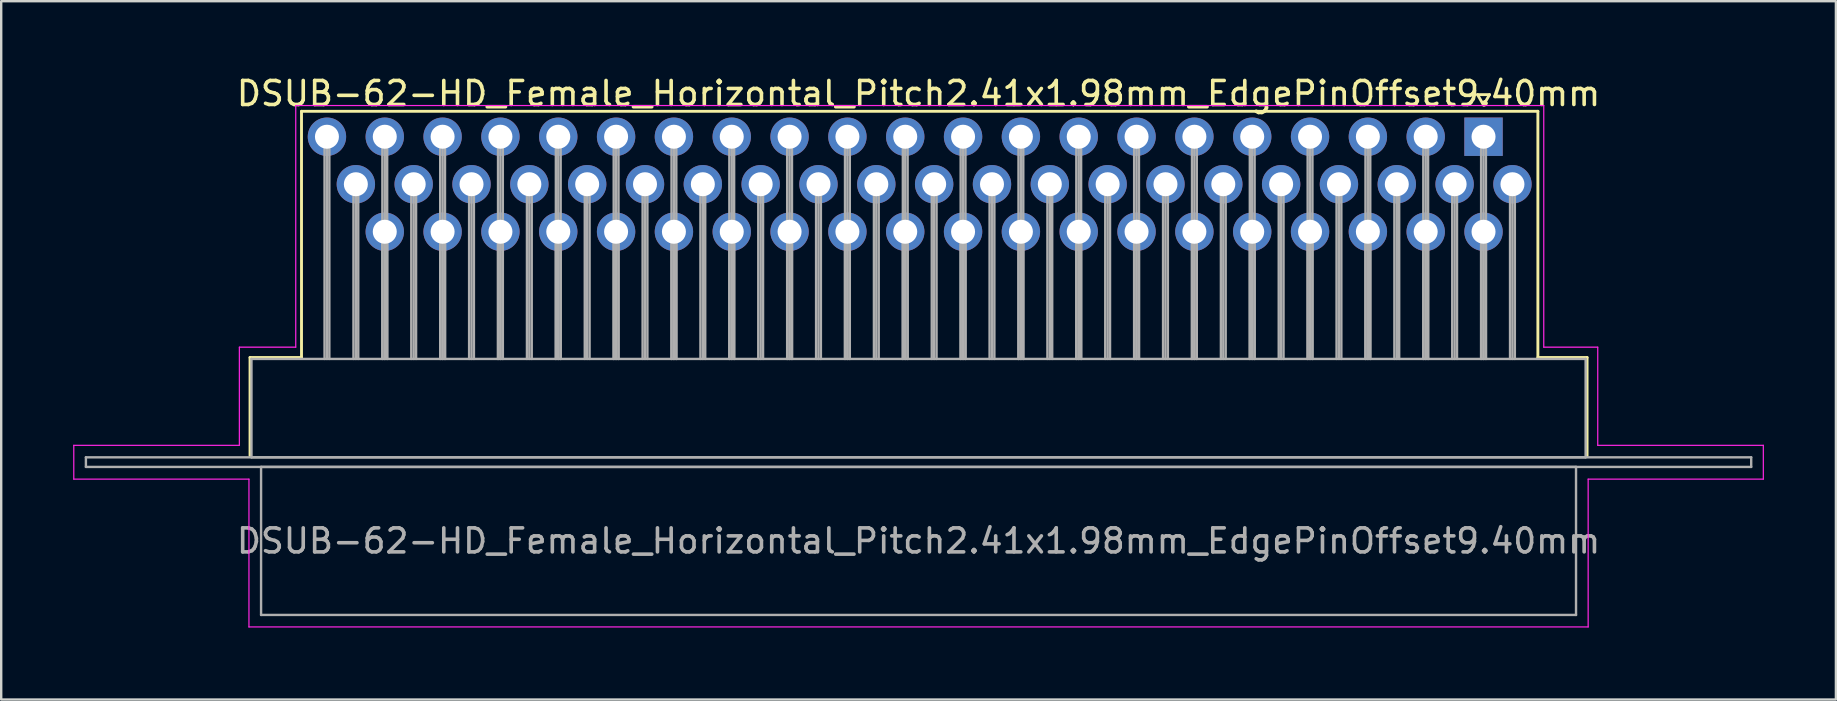
<source format=kicad_pcb>
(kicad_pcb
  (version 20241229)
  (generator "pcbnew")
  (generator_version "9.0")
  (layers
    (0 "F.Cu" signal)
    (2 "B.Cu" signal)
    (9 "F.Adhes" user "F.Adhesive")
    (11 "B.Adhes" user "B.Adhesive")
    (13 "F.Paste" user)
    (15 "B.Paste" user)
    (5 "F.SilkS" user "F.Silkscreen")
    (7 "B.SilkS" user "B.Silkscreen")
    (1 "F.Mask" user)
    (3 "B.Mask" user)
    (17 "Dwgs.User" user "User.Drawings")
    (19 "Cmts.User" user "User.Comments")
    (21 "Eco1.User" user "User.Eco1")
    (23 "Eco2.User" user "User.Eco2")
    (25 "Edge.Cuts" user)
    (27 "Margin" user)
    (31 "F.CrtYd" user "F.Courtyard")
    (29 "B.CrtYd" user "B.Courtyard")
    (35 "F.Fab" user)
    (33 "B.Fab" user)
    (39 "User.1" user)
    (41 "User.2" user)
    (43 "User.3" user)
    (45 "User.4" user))
  (footprint "DSUB-62-HD_Female_Horizontal_Pitch2.41x1.98mm_EdgePinOffset9.40mm"
    (layer "F.Cu")
    (at 58.775 2.648)
    (property "Reference" "DSUB-62-HD_Female_Horizontal_Pitch2.41x1.98mm_EdgePinOffset9.40mm" (at -23.545 -1.8 0) (layer "F.SilkS") (effects (font (size 1 1) (thickness 0.15))))
    (attr through_hole)
    (fp_line (start -51.405 9.2) (end -49.26 9.2) (stroke (width 0.12) (type solid)) (layer "F.SilkS"))
    (fp_line (start -51.405 13.3) (end -51.405 9.2) (stroke (width 0.12) (type solid)) (layer "F.SilkS"))
    (fp_line (start -49.26 -1.06) (end 2.265 -1.06) (stroke (width 0.12) (type solid)) (layer "F.SilkS"))
    (fp_line (start -49.26 9.2) (end -49.26 -1.06) (stroke (width 0.12) (type solid)) (layer "F.SilkS"))
    (fp_line (start -0.25 -1.754) (end 0.25 -1.754) (stroke (width 0.12) (type solid)) (layer "F.SilkS"))
    (fp_line (start 0 -1.321) (end -0.25 -1.754) (stroke (width 0.12) (type solid)) (layer "F.SilkS"))
    (fp_line (start 0.25 -1.754) (end 0 -1.321) (stroke (width 0.12) (type solid)) (layer "F.SilkS"))
    (fp_line (start 2.265 -1.06) (end 2.265 9.2) (stroke (width 0.12) (type solid)) (layer "F.SilkS"))
    (fp_line (start 2.265 9.2) (end 4.315 9.2) (stroke (width 0.12) (type solid)) (layer "F.SilkS"))
    (fp_line (start 4.315 9.2) (end 4.315 13.3) (stroke (width 0.12) (type solid)) (layer "F.SilkS"))
    (fp_line (start -58.75 12.86) (end -51.85 12.86) (stroke (width 0.05) (type solid)) (layer "F.CrtYd"))
    (fp_line (start -58.75 14.27) (end -58.75 12.86) (stroke (width 0.05) (type solid)) (layer "F.CrtYd"))
    (fp_line (start -51.85 8.77) (end -49.5 8.77) (stroke (width 0.05) (type solid)) (layer "F.CrtYd"))
    (fp_line (start -51.85 12.86) (end -51.85 8.77) (stroke (width 0.05) (type solid)) (layer "F.CrtYd"))
    (fp_line (start -51.45 14.27) (end -58.75 14.27) (stroke (width 0.05) (type solid)) (layer "F.CrtYd"))
    (fp_line (start -51.45 20.43) (end -51.45 14.27) (stroke (width 0.05) (type solid)) (layer "F.CrtYd"))
    (fp_line (start -49.5 -1.3) (end 2.51 -1.3) (stroke (width 0.05) (type solid)) (layer "F.CrtYd"))
    (fp_line (start -49.5 8.77) (end -49.5 -1.3) (stroke (width 0.05) (type solid)) (layer "F.CrtYd"))
    (fp_line (start 2.51 -1.3) (end 2.51 8.77) (stroke (width 0.05) (type solid)) (layer "F.CrtYd"))
    (fp_line (start 2.51 8.77) (end 4.76 8.77) (stroke (width 0.05) (type solid)) (layer "F.CrtYd"))
    (fp_line (start 4.36 14.27) (end 4.36 20.43) (stroke (width 0.05) (type solid)) (layer "F.CrtYd"))
    (fp_line (start 4.36 20.43) (end -51.45 20.43) (stroke (width 0.05) (type solid)) (layer "F.CrtYd"))
    (fp_line (start 4.76 8.77) (end 4.76 12.86) (stroke (width 0.05) (type solid)) (layer "F.CrtYd"))
    (fp_line (start 4.76 12.86) (end 11.66 12.86) (stroke (width 0.05) (type solid)) (layer "F.CrtYd"))
    (fp_line (start 11.66 12.86) (end 11.66 14.27) (stroke (width 0.05) (type solid)) (layer "F.CrtYd"))
    (fp_line (start 11.66 14.27) (end 4.36 14.27) (stroke (width 0.05) (type solid)) (layer "F.CrtYd"))
    (fp_line (start -58.245 13.36) (end -58.245 13.76) (stroke (width 0.1) (type solid)) (layer "F.Fab"))
    (fp_line (start -58.245 13.76) (end 11.155 13.76) (stroke (width 0.1) (type solid)) (layer "F.Fab"))
    (fp_line (start -51.345 9.26) (end -51.345 13.36) (stroke (width 0.1) (type solid)) (layer "F.Fab"))
    (fp_line (start -51.345 13.36) (end 4.255 13.36) (stroke (width 0.1) (type solid)) (layer "F.Fab"))
    (fp_line (start -50.945 13.76) (end -50.945 19.93) (stroke (width 0.1) (type solid)) (layer "F.Fab"))
    (fp_line (start -50.945 19.93) (end 3.855 19.93) (stroke (width 0.1) (type solid)) (layer "F.Fab"))
    (fp_line (start -48.3 0) (end -48.3 9.26) (stroke (width 0.1) (type solid)) (layer "F.Fab"))
    (fp_line (start -48.2 0) (end -48.2 9.26) (stroke (width 0.1) (type solid)) (layer "F.Fab"))
    (fp_line (start -48.1 0) (end -48.1 9.26) (stroke (width 0.1) (type solid)) (layer "F.Fab"))
    (fp_line (start -47.095 1.98) (end -47.095 9.26) (stroke (width 0.1) (type solid)) (layer "F.Fab"))
    (fp_line (start -46.995 1.98) (end -46.995 9.26) (stroke (width 0.1) (type solid)) (layer "F.Fab"))
    (fp_line (start -46.895 1.98) (end -46.895 9.26) (stroke (width 0.1) (type solid)) (layer "F.Fab"))
    (fp_line (start -45.89 0) (end -45.89 9.26) (stroke (width 0.1) (type solid)) (layer "F.Fab"))
    (fp_line (start -45.89 3.96) (end -45.89 9.26) (stroke (width 0.1) (type solid)) (layer "F.Fab"))
    (fp_line (start -45.79 0) (end -45.79 9.26) (stroke (width 0.1) (type solid)) (layer "F.Fab"))
    (fp_line (start -45.79 3.96) (end -45.79 9.26) (stroke (width 0.1) (type solid)) (layer "F.Fab"))
    (fp_line (start -45.69 0) (end -45.69 9.26) (stroke (width 0.1) (type solid)) (layer "F.Fab"))
    (fp_line (start -45.69 3.96) (end -45.69 9.26) (stroke (width 0.1) (type solid)) (layer "F.Fab"))
    (fp_line (start -44.685 1.98) (end -44.685 9.26) (stroke (width 0.1) (type solid)) (layer "F.Fab"))
    (fp_line (start -44.585 1.98) (end -44.585 9.26) (stroke (width 0.1) (type solid)) (layer "F.Fab"))
    (fp_line (start -44.485 1.98) (end -44.485 9.26) (stroke (width 0.1) (type solid)) (layer "F.Fab"))
    (fp_line (start -43.48 0) (end -43.48 9.26) (stroke (width 0.1) (type solid)) (layer "F.Fab"))
    (fp_line (start -43.48 3.96) (end -43.48 9.26) (stroke (width 0.1) (type solid)) (layer "F.Fab"))
    (fp_line (start -43.38 0) (end -43.38 9.26) (stroke (width 0.1) (type solid)) (layer "F.Fab"))
    (fp_line (start -43.38 3.96) (end -43.38 9.26) (stroke (width 0.1) (type solid)) (layer "F.Fab"))
    (fp_line (start -43.28 0) (end -43.28 9.26) (stroke (width 0.1) (type solid)) (layer "F.Fab"))
    (fp_line (start -43.28 3.96) (end -43.28 9.26) (stroke (width 0.1) (type solid)) (layer "F.Fab"))
    (fp_line (start -42.275 1.98) (end -42.275 9.26) (stroke (width 0.1) (type solid)) (layer "F.Fab"))
    (fp_line (start -42.175 1.98) (end -42.175 9.26) (stroke (width 0.1) (type solid)) (layer "F.Fab"))
    (fp_line (start -42.075 1.98) (end -42.075 9.26) (stroke (width 0.1) (type solid)) (layer "F.Fab"))
    (fp_line (start -41.07 0) (end -41.07 9.26) (stroke (width 0.1) (type solid)) (layer "F.Fab"))
    (fp_line (start -41.07 3.96) (end -41.07 9.26) (stroke (width 0.1) (type solid)) (layer "F.Fab"))
    (fp_line (start -40.97 0) (end -40.97 9.26) (stroke (width 0.1) (type solid)) (layer "F.Fab"))
    (fp_line (start -40.97 3.96) (end -40.97 9.26) (stroke (width 0.1) (type solid)) (layer "F.Fab"))
    (fp_line (start -40.87 0) (end -40.87 9.26) (stroke (width 0.1) (type solid)) (layer "F.Fab"))
    (fp_line (start -40.87 3.96) (end -40.87 9.26) (stroke (width 0.1) (type solid)) (layer "F.Fab"))
    (fp_line (start -39.865 1.98) (end -39.865 9.26) (stroke (width 0.1) (type solid)) (layer "F.Fab"))
    (fp_line (start -39.765 1.98) (end -39.765 9.26) (stroke (width 0.1) (type solid)) (layer "F.Fab"))
    (fp_line (start -39.665 1.98) (end -39.665 9.26) (stroke (width 0.1) (type solid)) (layer "F.Fab"))
    (fp_line (start -38.66 0) (end -38.66 9.26) (stroke (width 0.1) (type solid)) (layer "F.Fab"))
    (fp_line (start -38.66 3.96) (end -38.66 9.26) (stroke (width 0.1) (type solid)) (layer "F.Fab"))
    (fp_line (start -38.56 0) (end -38.56 9.26) (stroke (width 0.1) (type solid)) (layer "F.Fab"))
    (fp_line (start -38.56 3.96) (end -38.56 9.26) (stroke (width 0.1) (type solid)) (layer "F.Fab"))
    (fp_line (start -38.46 0) (end -38.46 9.26) (stroke (width 0.1) (type solid)) (layer "F.Fab"))
    (fp_line (start -38.46 3.96) (end -38.46 9.26) (stroke (width 0.1) (type solid)) (layer "F.Fab"))
    (fp_line (start -37.455 1.98) (end -37.455 9.26) (stroke (width 0.1) (type solid)) (layer "F.Fab"))
    (fp_line (start -37.355 1.98) (end -37.355 9.26) (stroke (width 0.1) (type solid)) (layer "F.Fab"))
    (fp_line (start -37.255 1.98) (end -37.255 9.26) (stroke (width 0.1) (type solid)) (layer "F.Fab"))
    (fp_line (start -36.25 0) (end -36.25 9.26) (stroke (width 0.1) (type solid)) (layer "F.Fab"))
    (fp_line (start -36.25 3.96) (end -36.25 9.26) (stroke (width 0.1) (type solid)) (layer "F.Fab"))
    (fp_line (start -36.15 0) (end -36.15 9.26) (stroke (width 0.1) (type solid)) (layer "F.Fab"))
    (fp_line (start -36.15 3.96) (end -36.15 9.26) (stroke (width 0.1) (type solid)) (layer "F.Fab"))
    (fp_line (start -36.05 0) (end -36.05 9.26) (stroke (width 0.1) (type solid)) (layer "F.Fab"))
    (fp_line (start -36.05 3.96) (end -36.05 9.26) (stroke (width 0.1) (type solid)) (layer "F.Fab"))
    (fp_line (start -35.045 1.98) (end -35.045 9.26) (stroke (width 0.1) (type solid)) (layer "F.Fab"))
    (fp_line (start -34.945 1.98) (end -34.945 9.26) (stroke (width 0.1) (type solid)) (layer "F.Fab"))
    (fp_line (start -34.845 1.98) (end -34.845 9.26) (stroke (width 0.1) (type solid)) (layer "F.Fab"))
    (fp_line (start -33.84 0) (end -33.84 9.26) (stroke (width 0.1) (type solid)) (layer "F.Fab"))
    (fp_line (start -33.84 3.96) (end -33.84 9.26) (stroke (width 0.1) (type solid)) (layer "F.Fab"))
    (fp_line (start -33.74 0) (end -33.74 9.26) (stroke (width 0.1) (type solid)) (layer "F.Fab"))
    (fp_line (start -33.74 3.96) (end -33.74 9.26) (stroke (width 0.1) (type solid)) (layer "F.Fab"))
    (fp_line (start -33.64 0) (end -33.64 9.26) (stroke (width 0.1) (type solid)) (layer "F.Fab"))
    (fp_line (start -33.64 3.96) (end -33.64 9.26) (stroke (width 0.1) (type solid)) (layer "F.Fab"))
    (fp_line (start -32.635 1.98) (end -32.635 9.26) (stroke (width 0.1) (type solid)) (layer "F.Fab"))
    (fp_line (start -32.535 1.98) (end -32.535 9.26) (stroke (width 0.1) (type solid)) (layer "F.Fab"))
    (fp_line (start -32.435 1.98) (end -32.435 9.26) (stroke (width 0.1) (type solid)) (layer "F.Fab"))
    (fp_line (start -31.43 0) (end -31.43 9.26) (stroke (width 0.1) (type solid)) (layer "F.Fab"))
    (fp_line (start -31.43 3.96) (end -31.43 9.26) (stroke (width 0.1) (type solid)) (layer "F.Fab"))
    (fp_line (start -31.33 0) (end -31.33 9.26) (stroke (width 0.1) (type solid)) (layer "F.Fab"))
    (fp_line (start -31.33 3.96) (end -31.33 9.26) (stroke (width 0.1) (type solid)) (layer "F.Fab"))
    (fp_line (start -31.23 0) (end -31.23 9.26) (stroke (width 0.1) (type solid)) (layer "F.Fab"))
    (fp_line (start -31.23 3.96) (end -31.23 9.26) (stroke (width 0.1) (type solid)) (layer "F.Fab"))
    (fp_line (start -30.225 1.98) (end -30.225 9.26) (stroke (width 0.1) (type solid)) (layer "F.Fab"))
    (fp_line (start -30.125 1.98) (end -30.125 9.26) (stroke (width 0.1) (type solid)) (layer "F.Fab"))
    (fp_line (start -30.025 1.98) (end -30.025 9.26) (stroke (width 0.1) (type solid)) (layer "F.Fab"))
    (fp_line (start -29.02 0) (end -29.02 9.26) (stroke (width 0.1) (type solid)) (layer "F.Fab"))
    (fp_line (start -29.02 3.96) (end -29.02 9.26) (stroke (width 0.1) (type solid)) (layer "F.Fab"))
    (fp_line (start -28.92 0) (end -28.92 9.26) (stroke (width 0.1) (type solid)) (layer "F.Fab"))
    (fp_line (start -28.92 3.96) (end -28.92 9.26) (stroke (width 0.1) (type solid)) (layer "F.Fab"))
    (fp_line (start -28.82 0) (end -28.82 9.26) (stroke (width 0.1) (type solid)) (layer "F.Fab"))
    (fp_line (start -28.82 3.96) (end -28.82 9.26) (stroke (width 0.1) (type solid)) (layer "F.Fab"))
    (fp_line (start -27.815 1.98) (end -27.815 9.26) (stroke (width 0.1) (type solid)) (layer "F.Fab"))
    (fp_line (start -27.715 1.98) (end -27.715 9.26) (stroke (width 0.1) (type solid)) (layer "F.Fab"))
    (fp_line (start -27.615 1.98) (end -27.615 9.26) (stroke (width 0.1) (type solid)) (layer "F.Fab"))
    (fp_line (start -26.61 0) (end -26.61 9.26) (stroke (width 0.1) (type solid)) (layer "F.Fab"))
    (fp_line (start -26.61 3.96) (end -26.61 9.26) (stroke (width 0.1) (type solid)) (layer "F.Fab"))
    (fp_line (start -26.51 0) (end -26.51 9.26) (stroke (width 0.1) (type solid)) (layer "F.Fab"))
    (fp_line (start -26.51 3.96) (end -26.51 9.26) (stroke (width 0.1) (type solid)) (layer "F.Fab"))
    (fp_line (start -26.41 0) (end -26.41 9.26) (stroke (width 0.1) (type solid)) (layer "F.Fab"))
    (fp_line (start -26.41 3.96) (end -26.41 9.26) (stroke (width 0.1) (type solid)) (layer "F.Fab"))
    (fp_line (start -25.405 1.98) (end -25.405 9.26) (stroke (width 0.1) (type solid)) (layer "F.Fab"))
    (fp_line (start -25.305 1.98) (end -25.305 9.26) (stroke (width 0.1) (type solid)) (layer "F.Fab"))
    (fp_line (start -25.205 1.98) (end -25.205 9.26) (stroke (width 0.1) (type solid)) (layer "F.Fab"))
    (fp_line (start -24.2 0) (end -24.2 9.26) (stroke (width 0.1) (type solid)) (layer "F.Fab"))
    (fp_line (start -24.2 3.96) (end -24.2 9.26) (stroke (width 0.1) (type solid)) (layer "F.Fab"))
    (fp_line (start -24.1 0) (end -24.1 9.26) (stroke (width 0.1) (type solid)) (layer "F.Fab"))
    (fp_line (start -24.1 3.96) (end -24.1 9.26) (stroke (width 0.1) (type solid)) (layer "F.Fab"))
    (fp_line (start -24 0) (end -24 9.26) (stroke (width 0.1) (type solid)) (layer "F.Fab"))
    (fp_line (start -24 3.96) (end -24 9.26) (stroke (width 0.1) (type solid)) (layer "F.Fab"))
    (fp_line (start -22.995 1.98) (end -22.995 9.26) (stroke (width 0.1) (type solid)) (layer "F.Fab"))
    (fp_line (start -22.895 1.98) (end -22.895 9.26) (stroke (width 0.1) (type solid)) (layer "F.Fab"))
    (fp_line (start -22.795 1.98) (end -22.795 9.26) (stroke (width 0.1) (type solid)) (layer "F.Fab"))
    (fp_line (start -21.79 0) (end -21.79 9.26) (stroke (width 0.1) (type solid)) (layer "F.Fab"))
    (fp_line (start -21.79 3.96) (end -21.79 9.26) (stroke (width 0.1) (type solid)) (layer "F.Fab"))
    (fp_line (start -21.69 0) (end -21.69 9.26) (stroke (width 0.1) (type solid)) (layer "F.Fab"))
    (fp_line (start -21.69 3.96) (end -21.69 9.26) (stroke (width 0.1) (type solid)) (layer "F.Fab"))
    (fp_line (start -21.59 0) (end -21.59 9.26) (stroke (width 0.1) (type solid)) (layer "F.Fab"))
    (fp_line (start -21.59 3.96) (end -21.59 9.26) (stroke (width 0.1) (type solid)) (layer "F.Fab"))
    (fp_line (start -20.585 1.98) (end -20.585 9.26) (stroke (width 0.1) (type solid)) (layer "F.Fab"))
    (fp_line (start -20.485 1.98) (end -20.485 9.26) (stroke (width 0.1) (type solid)) (layer "F.Fab"))
    (fp_line (start -20.385 1.98) (end -20.385 9.26) (stroke (width 0.1) (type solid)) (layer "F.Fab"))
    (fp_line (start -19.38 0) (end -19.38 9.26) (stroke (width 0.1) (type solid)) (layer "F.Fab"))
    (fp_line (start -19.38 3.96) (end -19.38 9.26) (stroke (width 0.1) (type solid)) (layer "F.Fab"))
    (fp_line (start -19.28 0) (end -19.28 9.26) (stroke (width 0.1) (type solid)) (layer "F.Fab"))
    (fp_line (start -19.28 3.96) (end -19.28 9.26) (stroke (width 0.1) (type solid)) (layer "F.Fab"))
    (fp_line (start -19.18 0) (end -19.18 9.26) (stroke (width 0.1) (type solid)) (layer "F.Fab"))
    (fp_line (start -19.18 3.96) (end -19.18 9.26) (stroke (width 0.1) (type solid)) (layer "F.Fab"))
    (fp_line (start -18.175 1.98) (end -18.175 9.26) (stroke (width 0.1) (type solid)) (layer "F.Fab"))
    (fp_line (start -18.075 1.98) (end -18.075 9.26) (stroke (width 0.1) (type solid)) (layer "F.Fab"))
    (fp_line (start -17.975 1.98) (end -17.975 9.26) (stroke (width 0.1) (type solid)) (layer "F.Fab"))
    (fp_line (start -16.97 0) (end -16.97 9.26) (stroke (width 0.1) (type solid)) (layer "F.Fab"))
    (fp_line (start -16.97 3.96) (end -16.97 9.26) (stroke (width 0.1) (type solid)) (layer "F.Fab"))
    (fp_line (start -16.87 0) (end -16.87 9.26) (stroke (width 0.1) (type solid)) (layer "F.Fab"))
    (fp_line (start -16.87 3.96) (end -16.87 9.26) (stroke (width 0.1) (type solid)) (layer "F.Fab"))
    (fp_line (start -16.77 0) (end -16.77 9.26) (stroke (width 0.1) (type solid)) (layer "F.Fab"))
    (fp_line (start -16.77 3.96) (end -16.77 9.26) (stroke (width 0.1) (type solid)) (layer "F.Fab"))
    (fp_line (start -15.765 1.98) (end -15.765 9.26) (stroke (width 0.1) (type solid)) (layer "F.Fab"))
    (fp_line (start -15.665 1.98) (end -15.665 9.26) (stroke (width 0.1) (type solid)) (layer "F.Fab"))
    (fp_line (start -15.565 1.98) (end -15.565 9.26) (stroke (width 0.1) (type solid)) (layer "F.Fab"))
    (fp_line (start -14.56 0) (end -14.56 9.26) (stroke (width 0.1) (type solid)) (layer "F.Fab"))
    (fp_line (start -14.56 3.96) (end -14.56 9.26) (stroke (width 0.1) (type solid)) (layer "F.Fab"))
    (fp_line (start -14.46 0) (end -14.46 9.26) (stroke (width 0.1) (type solid)) (layer "F.Fab"))
    (fp_line (start -14.46 3.96) (end -14.46 9.26) (stroke (width 0.1) (type solid)) (layer "F.Fab"))
    (fp_line (start -14.36 0) (end -14.36 9.26) (stroke (width 0.1) (type solid)) (layer "F.Fab"))
    (fp_line (start -14.36 3.96) (end -14.36 9.26) (stroke (width 0.1) (type solid)) (layer "F.Fab"))
    (fp_line (start -13.355 1.98) (end -13.355 9.26) (stroke (width 0.1) (type solid)) (layer "F.Fab"))
    (fp_line (start -13.255 1.98) (end -13.255 9.26) (stroke (width 0.1) (type solid)) (layer "F.Fab"))
    (fp_line (start -13.155 1.98) (end -13.155 9.26) (stroke (width 0.1) (type solid)) (layer "F.Fab"))
    (fp_line (start -12.15 0) (end -12.15 9.26) (stroke (width 0.1) (type solid)) (layer "F.Fab"))
    (fp_line (start -12.15 3.96) (end -12.15 9.26) (stroke (width 0.1) (type solid)) (layer "F.Fab"))
    (fp_line (start -12.05 0) (end -12.05 9.26) (stroke (width 0.1) (type solid)) (layer "F.Fab"))
    (fp_line (start -12.05 3.96) (end -12.05 9.26) (stroke (width 0.1) (type solid)) (layer "F.Fab"))
    (fp_line (start -11.95 0) (end -11.95 9.26) (stroke (width 0.1) (type solid)) (layer "F.Fab"))
    (fp_line (start -11.95 3.96) (end -11.95 9.26) (stroke (width 0.1) (type solid)) (layer "F.Fab"))
    (fp_line (start -10.945 1.98) (end -10.945 9.26) (stroke (width 0.1) (type solid)) (layer "F.Fab"))
    (fp_line (start -10.845 1.98) (end -10.845 9.26) (stroke (width 0.1) (type solid)) (layer "F.Fab"))
    (fp_line (start -10.745 1.98) (end -10.745 9.26) (stroke (width 0.1) (type solid)) (layer "F.Fab"))
    (fp_line (start -9.74 0) (end -9.74 9.26) (stroke (width 0.1) (type solid)) (layer "F.Fab"))
    (fp_line (start -9.74 3.96) (end -9.74 9.26) (stroke (width 0.1) (type solid)) (layer "F.Fab"))
    (fp_line (start -9.64 0) (end -9.64 9.26) (stroke (width 0.1) (type solid)) (layer "F.Fab"))
    (fp_line (start -9.64 3.96) (end -9.64 9.26) (stroke (width 0.1) (type solid)) (layer "F.Fab"))
    (fp_line (start -9.54 0) (end -9.54 9.26) (stroke (width 0.1) (type solid)) (layer "F.Fab"))
    (fp_line (start -9.54 3.96) (end -9.54 9.26) (stroke (width 0.1) (type solid)) (layer "F.Fab"))
    (fp_line (start -8.535 1.98) (end -8.535 9.26) (stroke (width 0.1) (type solid)) (layer "F.Fab"))
    (fp_line (start -8.435 1.98) (end -8.435 9.26) (stroke (width 0.1) (type solid)) (layer "F.Fab"))
    (fp_line (start -8.335 1.98) (end -8.335 9.26) (stroke (width 0.1) (type solid)) (layer "F.Fab"))
    (fp_line (start -7.33 0) (end -7.33 9.26) (stroke (width 0.1) (type solid)) (layer "F.Fab"))
    (fp_line (start -7.33 3.96) (end -7.33 9.26) (stroke (width 0.1) (type solid)) (layer "F.Fab"))
    (fp_line (start -7.23 0) (end -7.23 9.26) (stroke (width 0.1) (type solid)) (layer "F.Fab"))
    (fp_line (start -7.23 3.96) (end -7.23 9.26) (stroke (width 0.1) (type solid)) (layer "F.Fab"))
    (fp_line (start -7.13 0) (end -7.13 9.26) (stroke (width 0.1) (type solid)) (layer "F.Fab"))
    (fp_line (start -7.13 3.96) (end -7.13 9.26) (stroke (width 0.1) (type solid)) (layer "F.Fab"))
    (fp_line (start -6.125 1.98) (end -6.125 9.26) (stroke (width 0.1) (type solid)) (layer "F.Fab"))
    (fp_line (start -6.025 1.98) (end -6.025 9.26) (stroke (width 0.1) (type solid)) (layer "F.Fab"))
    (fp_line (start -5.925 1.98) (end -5.925 9.26) (stroke (width 0.1) (type solid)) (layer "F.Fab"))
    (fp_line (start -4.92 0) (end -4.92 9.26) (stroke (width 0.1) (type solid)) (layer "F.Fab"))
    (fp_line (start -4.92 3.96) (end -4.92 9.26) (stroke (width 0.1) (type solid)) (layer "F.Fab"))
    (fp_line (start -4.82 0) (end -4.82 9.26) (stroke (width 0.1) (type solid)) (layer "F.Fab"))
    (fp_line (start -4.82 3.96) (end -4.82 9.26) (stroke (width 0.1) (type solid)) (layer "F.Fab"))
    (fp_line (start -4.72 0) (end -4.72 9.26) (stroke (width 0.1) (type solid)) (layer "F.Fab"))
    (fp_line (start -4.72 3.96) (end -4.72 9.26) (stroke (width 0.1) (type solid)) (layer "F.Fab"))
    (fp_line (start -3.715 1.98) (end -3.715 9.26) (stroke (width 0.1) (type solid)) (layer "F.Fab"))
    (fp_line (start -3.615 1.98) (end -3.615 9.26) (stroke (width 0.1) (type solid)) (layer "F.Fab"))
    (fp_line (start -3.515 1.98) (end -3.515 9.26) (stroke (width 0.1) (type solid)) (layer "F.Fab"))
    (fp_line (start -2.51 0) (end -2.51 9.26) (stroke (width 0.1) (type solid)) (layer "F.Fab"))
    (fp_line (start -2.51 3.96) (end -2.51 9.26) (stroke (width 0.1) (type solid)) (layer "F.Fab"))
    (fp_line (start -2.41 0) (end -2.41 9.26) (stroke (width 0.1) (type solid)) (layer "F.Fab"))
    (fp_line (start -2.41 3.96) (end -2.41 9.26) (stroke (width 0.1) (type solid)) (layer "F.Fab"))
    (fp_line (start -2.31 0) (end -2.31 9.26) (stroke (width 0.1) (type solid)) (layer "F.Fab"))
    (fp_line (start -2.31 3.96) (end -2.31 9.26) (stroke (width 0.1) (type solid)) (layer "F.Fab"))
    (fp_line (start -1.305 1.98) (end -1.305 9.26) (stroke (width 0.1) (type solid)) (layer "F.Fab"))
    (fp_line (start -1.205 1.98) (end -1.205 9.26) (stroke (width 0.1) (type solid)) (layer "F.Fab"))
    (fp_line (start -1.105 1.98) (end -1.105 9.26) (stroke (width 0.1) (type solid)) (layer "F.Fab"))
    (fp_line (start -0.1 0) (end -0.1 9.26) (stroke (width 0.1) (type solid)) (layer "F.Fab"))
    (fp_line (start -0.1 3.96) (end -0.1 9.26) (stroke (width 0.1) (type solid)) (layer "F.Fab"))
    (fp_line (start 0 0) (end 0 9.26) (stroke (width 0.1) (type solid)) (layer "F.Fab"))
    (fp_line (start 0 3.96) (end 0 9.26) (stroke (width 0.1) (type solid)) (layer "F.Fab"))
    (fp_line (start 0.1 0) (end 0.1 9.26) (stroke (width 0.1) (type solid)) (layer "F.Fab"))
    (fp_line (start 0.1 3.96) (end 0.1 9.26) (stroke (width 0.1) (type solid)) (layer "F.Fab"))
    (fp_line (start 1.105 1.98) (end 1.105 9.26) (stroke (width 0.1) (type solid)) (layer "F.Fab"))
    (fp_line (start 1.205 1.98) (end 1.205 9.26) (stroke (width 0.1) (type solid)) (layer "F.Fab"))
    (fp_line (start 1.305 1.98) (end 1.305 9.26) (stroke (width 0.1) (type solid)) (layer "F.Fab"))
    (fp_line (start 3.855 13.76) (end -50.945 13.76) (stroke (width 0.1) (type solid)) (layer "F.Fab"))
    (fp_line (start 3.855 19.93) (end 3.855 13.76) (stroke (width 0.1) (type solid)) (layer "F.Fab"))
    (fp_line (start 4.255 9.26) (end -51.345 9.26) (stroke (width 0.1) (type solid)) (layer "F.Fab"))
    (fp_line (start 4.255 13.36) (end 4.255 9.26) (stroke (width 0.1) (type solid)) (layer "F.Fab"))
    (fp_line (start 11.155 13.36) (end -58.245 13.36) (stroke (width 0.1) (type solid)) (layer "F.Fab"))
    (fp_line (start 11.155 13.76) (end 11.155 13.36) (stroke (width 0.1) (type solid)) (layer "F.Fab"))
    (fp_text user "${REFERENCE}" (at -23.545 16.845 0) (layer "F.Fab") (effects (font (size 1 1) (thickness 0.15))))
    (pad "1" thru_hole rect (at 0 0) (size 1.6 1.6) (drill 1) (layers "*.Cu" "*.Mask"))
    (pad "2" thru_hole circle (at -2.41 0) (size 1.6 1.6) (drill 1) (layers "*.Cu" "*.Mask"))
    (pad "3" thru_hole circle (at -4.82 0) (size 1.6 1.6) (drill 1) (layers "*.Cu" "*.Mask"))
    (pad "4" thru_hole circle (at -7.23 0) (size 1.6 1.6) (drill 1) (layers "*.Cu" "*.Mask"))
    (pad "5" thru_hole circle (at -9.64 0) (size 1.6 1.6) (drill 1) (layers "*.Cu" "*.Mask"))
    (pad "6" thru_hole circle (at -12.05 0) (size 1.6 1.6) (drill 1) (layers "*.Cu" "*.Mask"))
    (pad "7" thru_hole circle (at -14.46 0) (size 1.6 1.6) (drill 1) (layers "*.Cu" "*.Mask"))
    (pad "8" thru_hole circle (at -16.87 0) (size 1.6 1.6) (drill 1) (layers "*.Cu" "*.Mask"))
    (pad "9" thru_hole circle (at -19.28 0) (size 1.6 1.6) (drill 1) (layers "*.Cu" "*.Mask"))
    (pad "10" thru_hole circle (at -21.69 0) (size 1.6 1.6) (drill 1) (layers "*.Cu" "*.Mask"))
    (pad "11" thru_hole circle (at -24.1 0) (size 1.6 1.6) (drill 1) (layers "*.Cu" "*.Mask"))
    (pad "12" thru_hole circle (at -26.51 0) (size 1.6 1.6) (drill 1) (layers "*.Cu" "*.Mask"))
    (pad "13" thru_hole circle (at -28.92 0) (size 1.6 1.6) (drill 1) (layers "*.Cu" "*.Mask"))
    (pad "14" thru_hole circle (at -31.33 0) (size 1.6 1.6) (drill 1) (layers "*.Cu" "*.Mask"))
    (pad "15" thru_hole circle (at -33.74 0) (size 1.6 1.6) (drill 1) (layers "*.Cu" "*.Mask"))
    (pad "16" thru_hole circle (at -36.15 0) (size 1.6 1.6) (drill 1) (layers "*.Cu" "*.Mask"))
    (pad "17" thru_hole circle (at -38.56 0) (size 1.6 1.6) (drill 1) (layers "*.Cu" "*.Mask"))
    (pad "18" thru_hole circle (at -40.97 0) (size 1.6 1.6) (drill 1) (layers "*.Cu" "*.Mask"))
    (pad "19" thru_hole circle (at -43.38 0) (size 1.6 1.6) (drill 1) (layers "*.Cu" "*.Mask"))
    (pad "20" thru_hole circle (at -45.79 0) (size 1.6 1.6) (drill 1) (layers "*.Cu" "*.Mask"))
    (pad "21" thru_hole circle (at -48.2 0) (size 1.6 1.6) (drill 1) (layers "*.Cu" "*.Mask"))
    (pad "22" thru_hole circle (at 1.205 1.98) (size 1.6 1.6) (drill 1) (layers "*.Cu" "*.Mask"))
    (pad "23" thru_hole circle (at -1.205 1.98) (size 1.6 1.6) (drill 1) (layers "*.Cu" "*.Mask"))
    (pad "24" thru_hole circle (at -3.615 1.98) (size 1.6 1.6) (drill 1) (layers "*.Cu" "*.Mask"))
    (pad "25" thru_hole circle (at -6.025 1.98) (size 1.6 1.6) (drill 1) (layers "*.Cu" "*.Mask"))
    (pad "26" thru_hole circle (at -8.435 1.98) (size 1.6 1.6) (drill 1) (layers "*.Cu" "*.Mask"))
    (pad "27" thru_hole circle (at -10.845 1.98) (size 1.6 1.6) (drill 1) (layers "*.Cu" "*.Mask"))
    (pad "28" thru_hole circle (at -13.255 1.98) (size 1.6 1.6) (drill 1) (layers "*.Cu" "*.Mask"))
    (pad "29" thru_hole circle (at -15.665 1.98) (size 1.6 1.6) (drill 1) (layers "*.Cu" "*.Mask"))
    (pad "30" thru_hole circle (at -18.075 1.98) (size 1.6 1.6) (drill 1) (layers "*.Cu" "*.Mask"))
    (pad "31" thru_hole circle (at -20.485 1.98) (size 1.6 1.6) (drill 1) (layers "*.Cu" "*.Mask"))
    (pad "32" thru_hole circle (at -22.895 1.98) (size 1.6 1.6) (drill 1) (layers "*.Cu" "*.Mask"))
    (pad "33" thru_hole circle (at -25.305 1.98) (size 1.6 1.6) (drill 1) (layers "*.Cu" "*.Mask"))
    (pad "34" thru_hole circle (at -27.715 1.98) (size 1.6 1.6) (drill 1) (layers "*.Cu" "*.Mask"))
    (pad "35" thru_hole circle (at -30.125 1.98) (size 1.6 1.6) (drill 1) (layers "*.Cu" "*.Mask"))
    (pad "36" thru_hole circle (at -32.535 1.98) (size 1.6 1.6) (drill 1) (layers "*.Cu" "*.Mask"))
    (pad "37" thru_hole circle (at -34.945 1.98) (size 1.6 1.6) (drill 1) (layers "*.Cu" "*.Mask"))
    (pad "38" thru_hole circle (at -37.355 1.98) (size 1.6 1.6) (drill 1) (layers "*.Cu" "*.Mask"))
    (pad "39" thru_hole circle (at -39.765 1.98) (size 1.6 1.6) (drill 1) (layers "*.Cu" "*.Mask"))
    (pad "40" thru_hole circle (at -42.175 1.98) (size 1.6 1.6) (drill 1) (layers "*.Cu" "*.Mask"))
    (pad "41" thru_hole circle (at -44.585 1.98) (size 1.6 1.6) (drill 1) (layers "*.Cu" "*.Mask"))
    (pad "42" thru_hole circle (at -46.995 1.98) (size 1.6 1.6) (drill 1) (layers "*.Cu" "*.Mask"))
    (pad "43" thru_hole circle (at 0 3.96) (size 1.6 1.6) (drill 1) (layers "*.Cu" "*.Mask"))
    (pad "44" thru_hole circle (at -2.41 3.96) (size 1.6 1.6) (drill 1) (layers "*.Cu" "*.Mask"))
    (pad "45" thru_hole circle (at -4.82 3.96) (size 1.6 1.6) (drill 1) (layers "*.Cu" "*.Mask"))
    (pad "46" thru_hole circle (at -7.23 3.96) (size 1.6 1.6) (drill 1) (layers "*.Cu" "*.Mask"))
    (pad "47" thru_hole circle (at -9.64 3.96) (size 1.6 1.6) (drill 1) (layers "*.Cu" "*.Mask"))
    (pad "48" thru_hole circle (at -12.05 3.96) (size 1.6 1.6) (drill 1) (layers "*.Cu" "*.Mask"))
    (pad "49" thru_hole circle (at -14.46 3.96) (size 1.6 1.6) (drill 1) (layers "*.Cu" "*.Mask"))
    (pad "50" thru_hole circle (at -16.87 3.96) (size 1.6 1.6) (drill 1) (layers "*.Cu" "*.Mask"))
    (pad "51" thru_hole circle (at -19.28 3.96) (size 1.6 1.6) (drill 1) (layers "*.Cu" "*.Mask"))
    (pad "52" thru_hole circle (at -21.69 3.96) (size 1.6 1.6) (drill 1) (layers "*.Cu" "*.Mask"))
    (pad "53" thru_hole circle (at -24.1 3.96) (size 1.6 1.6) (drill 1) (layers "*.Cu" "*.Mask"))
    (pad "54" thru_hole circle (at -26.51 3.96) (size 1.6 1.6) (drill 1) (layers "*.Cu" "*.Mask"))
    (pad "55" thru_hole circle (at -28.92 3.96) (size 1.6 1.6) (drill 1) (layers "*.Cu" "*.Mask"))
    (pad "56" thru_hole circle (at -31.33 3.96) (size 1.6 1.6) (drill 1) (layers "*.Cu" "*.Mask"))
    (pad "57" thru_hole circle (at -33.74 3.96) (size 1.6 1.6) (drill 1) (layers "*.Cu" "*.Mask"))
    (pad "58" thru_hole circle (at -36.15 3.96) (size 1.6 1.6) (drill 1) (layers "*.Cu" "*.Mask"))
    (pad "59" thru_hole circle (at -38.56 3.96) (size 1.6 1.6) (drill 1) (layers "*.Cu" "*.Mask"))
    (pad "60" thru_hole circle (at -40.97 3.96) (size 1.6 1.6) (drill 1) (layers "*.Cu" "*.Mask"))
    (pad "61" thru_hole circle (at -43.38 3.96) (size 1.6 1.6) (drill 1) (layers "*.Cu" "*.Mask"))
    (pad "62" thru_hole circle (at -45.79 3.96) (size 1.6 1.6) (drill 1) (layers "*.Cu" "*.Mask")))
  (gr_rect
    (start -3 -3)
    (end 73.46 26.103)
    (stroke (width 0.1) (type default))
    (fill no)
    (layer "Edge.Cuts")))
</source>
